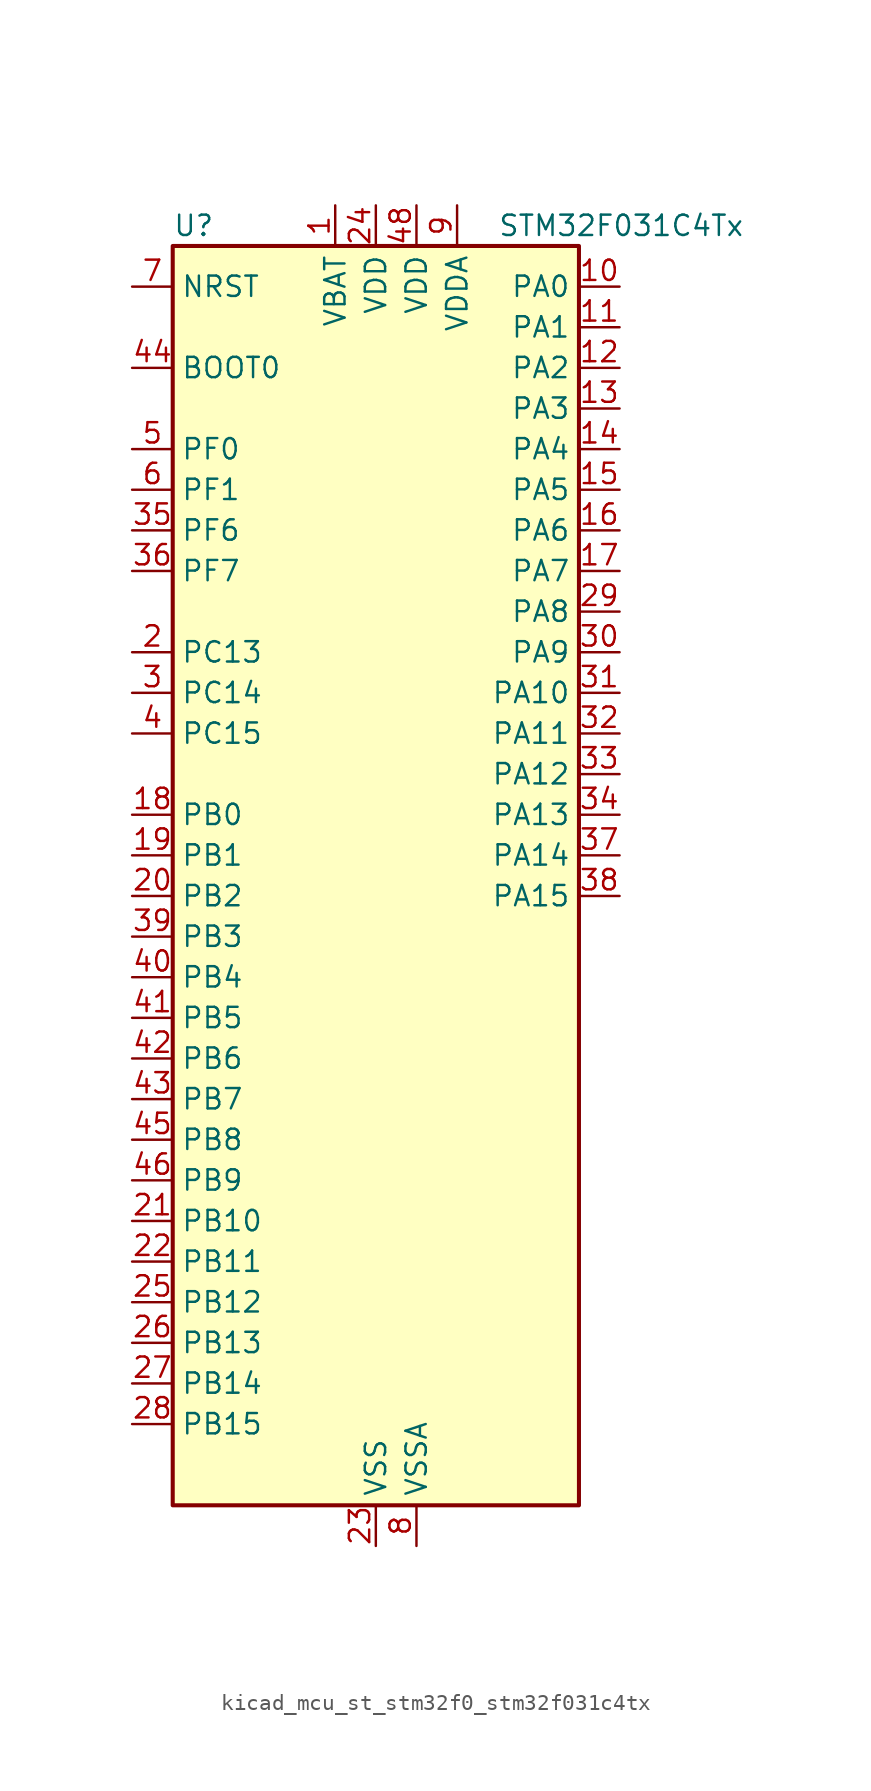
<source format=kicad_sym>
(kicad_symbol_lib
  (version 20220914)
  (generator kicad_symbol_editor)
  (symbol "kicad_mcu_st_stm32f0_stm32f031c4tx"
    (property "Reference" "U"
      (at -12.7 41.91 0)
      (effects (font (size 1.27 1.27)) (justify left)))
    (property "Value" "STM32F031C4Tx"
      (at 7.62 41.91 0)
      (effects (font (size 1.27 1.27)) (justify left)))
    (property "ki_locked" ""
      (at 0 0 0)
      (effects (font (size 1.27 1.27))))
    (symbol "kicad_mcu_st_stm32f0_stm32f031c4tx_0_1"
      (rectangle (start -12.7 -38.1) (end 12.7 40.64) (stroke (width 0.254) (type default)) (fill (type background))))
    (symbol "kicad_mcu_st_stm32f0_stm32f031c4tx_1_1"
      (pin power_in line (at -2.54 43.18 270) (length 2.54) (name "VBAT" (effects (font (size 1.27 1.27)))) (number "1" (effects (font (size 1.27 1.27)))))
      (pin bidirectional line (at 15.24 38.1 180) (length 2.54) (name "PA0" (effects (font (size 1.27 1.27)))) (number "10" (effects (font (size 1.27 1.27)))) (alternate "ADC_IN0" bidirectional line) (alternate "RTC_TAMP2" bidirectional line) (alternate "SYS_WKUP1" bidirectional line) (alternate "TIM2_CH1" bidirectional line) (alternate "TIM2_ETR" bidirectional line) (alternate "USART1_CTS" bidirectional line))
      (pin bidirectional line (at 15.24 35.56 180) (length 2.54) (name "PA1" (effects (font (size 1.27 1.27)))) (number "11" (effects (font (size 1.27 1.27)))) (alternate "ADC_IN1" bidirectional line) (alternate "TIM2_CH2" bidirectional line) (alternate "USART1_DE" bidirectional line) (alternate "USART1_RTS" bidirectional line))
      (pin bidirectional line (at 15.24 33.02 180) (length 2.54) (name "PA2" (effects (font (size 1.27 1.27)))) (number "12" (effects (font (size 1.27 1.27)))) (alternate "ADC_IN2" bidirectional line) (alternate "TIM2_CH3" bidirectional line) (alternate "USART1_TX" bidirectional line))
      (pin bidirectional line (at 15.24 30.48 180) (length 2.54) (name "PA3" (effects (font (size 1.27 1.27)))) (number "13" (effects (font (size 1.27 1.27)))) (alternate "ADC_IN3" bidirectional line) (alternate "TIM2_CH4" bidirectional line) (alternate "USART1_RX" bidirectional line))
      (pin bidirectional line (at 15.24 27.94 180) (length 2.54) (name "PA4" (effects (font (size 1.27 1.27)))) (number "14" (effects (font (size 1.27 1.27)))) (alternate "ADC_IN4" bidirectional line) (alternate "I2S1_WS" bidirectional line) (alternate "SPI1_NSS" bidirectional line) (alternate "TIM14_CH1" bidirectional line) (alternate "USART1_CK" bidirectional line))
      (pin bidirectional line (at 15.24 25.4 180) (length 2.54) (name "PA5" (effects (font (size 1.27 1.27)))) (number "15" (effects (font (size 1.27 1.27)))) (alternate "ADC_IN5" bidirectional line) (alternate "I2S1_CK" bidirectional line) (alternate "SPI1_SCK" bidirectional line) (alternate "TIM2_CH1" bidirectional line) (alternate "TIM2_ETR" bidirectional line))
      (pin bidirectional line (at 15.24 22.86 180) (length 2.54) (name "PA6" (effects (font (size 1.27 1.27)))) (number "16" (effects (font (size 1.27 1.27)))) (alternate "ADC_IN6" bidirectional line) (alternate "I2S1_MCK" bidirectional line) (alternate "SPI1_MISO" bidirectional line) (alternate "TIM16_CH1" bidirectional line) (alternate "TIM1_BKIN" bidirectional line) (alternate "TIM3_CH1" bidirectional line))
      (pin bidirectional line (at 15.24 20.32 180) (length 2.54) (name "PA7" (effects (font (size 1.27 1.27)))) (number "17" (effects (font (size 1.27 1.27)))) (alternate "ADC_IN7" bidirectional line) (alternate "I2S1_SD" bidirectional line) (alternate "SPI1_MOSI" bidirectional line) (alternate "TIM14_CH1" bidirectional line) (alternate "TIM17_CH1" bidirectional line) (alternate "TIM1_CH1N" bidirectional line) (alternate "TIM3_CH2" bidirectional line))
      (pin bidirectional line (at -15.24 5.08 0) (length 2.54) (name "PB0" (effects (font (size 1.27 1.27)))) (number "18" (effects (font (size 1.27 1.27)))) (alternate "ADC_IN8" bidirectional line) (alternate "TIM1_CH2N" bidirectional line) (alternate "TIM3_CH3" bidirectional line))
      (pin bidirectional line (at -15.24 2.54 0) (length 2.54) (name "PB1" (effects (font (size 1.27 1.27)))) (number "19" (effects (font (size 1.27 1.27)))) (alternate "ADC_IN9" bidirectional line) (alternate "TIM14_CH1" bidirectional line) (alternate "TIM1_CH3N" bidirectional line) (alternate "TIM3_CH4" bidirectional line))
      (pin bidirectional line (at -15.24 15.24 0) (length 2.54) (name "PC13" (effects (font (size 1.27 1.27)))) (number "2" (effects (font (size 1.27 1.27)))) (alternate "RTC_OUT_ALARM" bidirectional line) (alternate "RTC_OUT_CALIB" bidirectional line) (alternate "RTC_TAMP1" bidirectional line) (alternate "RTC_TS" bidirectional line) (alternate "SYS_WKUP2" bidirectional line))
      (pin bidirectional line (at -15.24 0 0) (length 2.54) (name "PB2" (effects (font (size 1.27 1.27)))) (number "20" (effects (font (size 1.27 1.27)))))
      (pin bidirectional line (at -15.24 -20.32 0) (length 2.54) (name "PB10" (effects (font (size 1.27 1.27)))) (number "21" (effects (font (size 1.27 1.27)))) (alternate "I2C1_SCL" bidirectional line) (alternate "TIM2_CH3" bidirectional line))
      (pin bidirectional line (at -15.24 -22.86 0) (length 2.54) (name "PB11" (effects (font (size 1.27 1.27)))) (number "22" (effects (font (size 1.27 1.27)))) (alternate "I2C1_SDA" bidirectional line) (alternate "TIM2_CH4" bidirectional line))
      (pin power_in line (at 0 -40.64 90) (length 2.54) (name "VSS" (effects (font (size 1.27 1.27)))) (number "23" (effects (font (size 1.27 1.27)))))
      (pin power_in line (at 0 43.18 270) (length 2.54) (name "VDD" (effects (font (size 1.27 1.27)))) (number "24" (effects (font (size 1.27 1.27)))))
      (pin bidirectional line (at -15.24 -25.4 0) (length 2.54) (name "PB12" (effects (font (size 1.27 1.27)))) (number "25" (effects (font (size 1.27 1.27)))) (alternate "SPI1_NSS" bidirectional line) (alternate "TIM1_BKIN" bidirectional line))
      (pin bidirectional line (at -15.24 -27.94 0) (length 2.54) (name "PB13" (effects (font (size 1.27 1.27)))) (number "26" (effects (font (size 1.27 1.27)))) (alternate "SPI1_SCK" bidirectional line) (alternate "TIM1_CH1N" bidirectional line))
      (pin bidirectional line (at -15.24 -30.48 0) (length 2.54) (name "PB14" (effects (font (size 1.27 1.27)))) (number "27" (effects (font (size 1.27 1.27)))) (alternate "SPI1_MISO" bidirectional line) (alternate "TIM1_CH2N" bidirectional line))
      (pin bidirectional line (at -15.24 -33.02 0) (length 2.54) (name "PB15" (effects (font (size 1.27 1.27)))) (number "28" (effects (font (size 1.27 1.27)))) (alternate "RTC_REFIN" bidirectional line) (alternate "SPI1_MOSI" bidirectional line) (alternate "TIM1_CH3N" bidirectional line))
      (pin bidirectional line (at 15.24 17.78 180) (length 2.54) (name "PA8" (effects (font (size 1.27 1.27)))) (number "29" (effects (font (size 1.27 1.27)))) (alternate "RCC_MCO" bidirectional line) (alternate "TIM1_CH1" bidirectional line) (alternate "USART1_CK" bidirectional line))
      (pin bidirectional line (at -15.24 12.7 0) (length 2.54) (name "PC14" (effects (font (size 1.27 1.27)))) (number "3" (effects (font (size 1.27 1.27)))) (alternate "RCC_OSC32_IN" bidirectional line))
      (pin bidirectional line (at 15.24 15.24 180) (length 2.54) (name "PA9" (effects (font (size 1.27 1.27)))) (number "30" (effects (font (size 1.27 1.27)))) (alternate "I2C1_SCL" bidirectional line) (alternate "TIM1_CH2" bidirectional line) (alternate "USART1_TX" bidirectional line))
      (pin bidirectional line (at 15.24 12.7 180) (length 2.54) (name "PA10" (effects (font (size 1.27 1.27)))) (number "31" (effects (font (size 1.27 1.27)))) (alternate "I2C1_SDA" bidirectional line) (alternate "TIM17_BKIN" bidirectional line) (alternate "TIM1_CH3" bidirectional line) (alternate "USART1_RX" bidirectional line))
      (pin bidirectional line (at 15.24 10.16 180) (length 2.54) (name "PA11" (effects (font (size 1.27 1.27)))) (number "32" (effects (font (size 1.27 1.27)))) (alternate "TIM1_CH4" bidirectional line) (alternate "USART1_CTS" bidirectional line))
      (pin bidirectional line (at 15.24 7.62 180) (length 2.54) (name "PA12" (effects (font (size 1.27 1.27)))) (number "33" (effects (font (size 1.27 1.27)))) (alternate "TIM1_ETR" bidirectional line) (alternate "USART1_DE" bidirectional line) (alternate "USART1_RTS" bidirectional line))
      (pin bidirectional line (at 15.24 5.08 180) (length 2.54) (name "PA13" (effects (font (size 1.27 1.27)))) (number "34" (effects (font (size 1.27 1.27)))) (alternate "IR_OUT" bidirectional line) (alternate "SYS_SWDIO" bidirectional line))
      (pin bidirectional line (at -15.24 22.86 0) (length 2.54) (name "PF6" (effects (font (size 1.27 1.27)))) (number "35" (effects (font (size 1.27 1.27)))) (alternate "I2C1_SCL" bidirectional line))
      (pin bidirectional line (at -15.24 20.32 0) (length 2.54) (name "PF7" (effects (font (size 1.27 1.27)))) (number "36" (effects (font (size 1.27 1.27)))) (alternate "I2C1_SDA" bidirectional line))
      (pin bidirectional line (at 15.24 2.54 180) (length 2.54) (name "PA14" (effects (font (size 1.27 1.27)))) (number "37" (effects (font (size 1.27 1.27)))) (alternate "SYS_SWCLK" bidirectional line) (alternate "USART1_TX" bidirectional line))
      (pin bidirectional line (at 15.24 0 180) (length 2.54) (name "PA15" (effects (font (size 1.27 1.27)))) (number "38" (effects (font (size 1.27 1.27)))) (alternate "I2S1_WS" bidirectional line) (alternate "SPI1_NSS" bidirectional line) (alternate "TIM2_CH1" bidirectional line) (alternate "TIM2_ETR" bidirectional line) (alternate "USART1_RX" bidirectional line))
      (pin bidirectional line (at -15.24 -2.54 0) (length 2.54) (name "PB3" (effects (font (size 1.27 1.27)))) (number "39" (effects (font (size 1.27 1.27)))) (alternate "I2S1_CK" bidirectional line) (alternate "SPI1_SCK" bidirectional line) (alternate "TIM2_CH2" bidirectional line))
      (pin bidirectional line (at -15.24 10.16 0) (length 2.54) (name "PC15" (effects (font (size 1.27 1.27)))) (number "4" (effects (font (size 1.27 1.27)))) (alternate "RCC_OSC32_OUT" bidirectional line))
      (pin bidirectional line (at -15.24 -5.08 0) (length 2.54) (name "PB4" (effects (font (size 1.27 1.27)))) (number "40" (effects (font (size 1.27 1.27)))) (alternate "I2S1_MCK" bidirectional line) (alternate "SPI1_MISO" bidirectional line) (alternate "TIM3_CH1" bidirectional line))
      (pin bidirectional line (at -15.24 -7.62 0) (length 2.54) (name "PB5" (effects (font (size 1.27 1.27)))) (number "41" (effects (font (size 1.27 1.27)))) (alternate "I2C1_SMBA" bidirectional line) (alternate "I2S1_SD" bidirectional line) (alternate "SPI1_MOSI" bidirectional line) (alternate "TIM16_BKIN" bidirectional line) (alternate "TIM3_CH2" bidirectional line))
      (pin bidirectional line (at -15.24 -10.16 0) (length 2.54) (name "PB6" (effects (font (size 1.27 1.27)))) (number "42" (effects (font (size 1.27 1.27)))) (alternate "I2C1_SCL" bidirectional line) (alternate "TIM16_CH1N" bidirectional line) (alternate "USART1_TX" bidirectional line))
      (pin bidirectional line (at -15.24 -12.7 0) (length 2.54) (name "PB7" (effects (font (size 1.27 1.27)))) (number "43" (effects (font (size 1.27 1.27)))) (alternate "I2C1_SDA" bidirectional line) (alternate "TIM17_CH1N" bidirectional line) (alternate "USART1_RX" bidirectional line))
      (pin input line (at -15.24 33.02 0) (length 2.54) (name "BOOT0" (effects (font (size 1.27 1.27)))) (number "44" (effects (font (size 1.27 1.27)))))
      (pin bidirectional line (at -15.24 -15.24 0) (length 2.54) (name "PB8" (effects (font (size 1.27 1.27)))) (number "45" (effects (font (size 1.27 1.27)))) (alternate "I2C1_SCL" bidirectional line) (alternate "TIM16_CH1" bidirectional line))
      (pin bidirectional line (at -15.24 -17.78 0) (length 2.54) (name "PB9" (effects (font (size 1.27 1.27)))) (number "46" (effects (font (size 1.27 1.27)))) (alternate "I2C1_SDA" bidirectional line) (alternate "IR_OUT" bidirectional line) (alternate "TIM17_CH1" bidirectional line))
      (pin passive line (at 0 -40.64 90) (length 2.54) hide (name "VSS" (effects (font (size 1.27 1.27)))) (number "47" (effects (font (size 1.27 1.27)))))
      (pin power_in line (at 2.54 43.18 270) (length 2.54) (name "VDD" (effects (font (size 1.27 1.27)))) (number "48" (effects (font (size 1.27 1.27)))))
      (pin bidirectional line (at -15.24 27.94 0) (length 2.54) (name "PF0" (effects (font (size 1.27 1.27)))) (number "5" (effects (font (size 1.27 1.27)))) (alternate "RCC_OSC_IN" bidirectional line))
      (pin bidirectional line (at -15.24 25.4 0) (length 2.54) (name "PF1" (effects (font (size 1.27 1.27)))) (number "6" (effects (font (size 1.27 1.27)))) (alternate "RCC_OSC_OUT" bidirectional line))
      (pin input line (at -15.24 38.1 0) (length 2.54) (name "NRST" (effects (font (size 1.27 1.27)))) (number "7" (effects (font (size 1.27 1.27)))))
      (pin power_in line (at 2.54 -40.64 90) (length 2.54) (name "VSSA" (effects (font (size 1.27 1.27)))) (number "8" (effects (font (size 1.27 1.27)))))
      (pin power_in line (at 5.08 43.18 270) (length 2.54) (name "VDDA" (effects (font (size 1.27 1.27)))) (number "9" (effects (font (size 1.27 1.27))))))))
</source>
